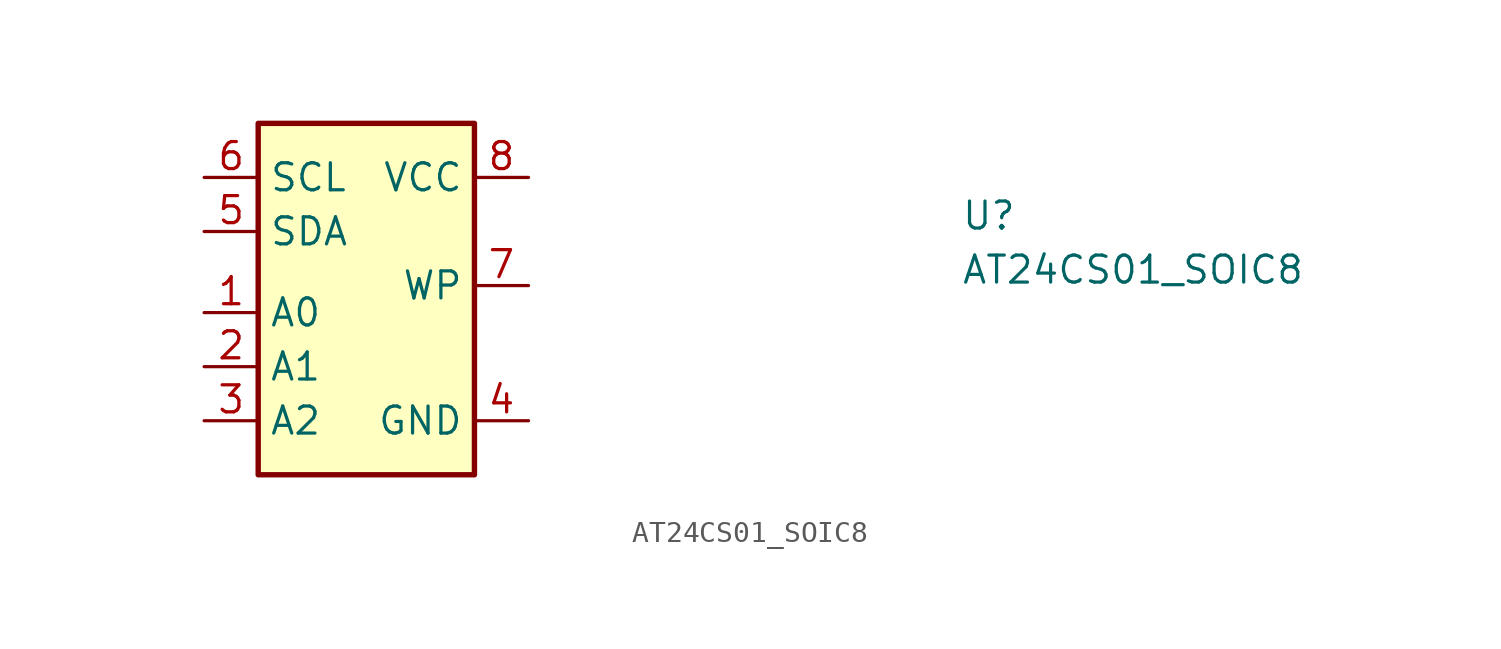
<source format=kicad_sym>
(kicad_symbol_lib
  (version 20211014)
  (generator kicad_symbol_editor)
  (symbol "AT24CS01_SOIC8"
    (property "Reference" "U"
      (at 35.56 -2.54 0)
      (effects (font (size 1.27 1.27) (thickness 0.15)) (justify left bottom)))
    (property "Value" "AT24CS01_SOIC8"
      (at 35.56 -5.08 0)
      (effects (font (size 1.27 1.27) (thickness 0.15)) (justify left bottom)))
    (symbol "AT24CS01_SOIC8_1_1"
      (rectangle (start 2.54 2.54) (end 12.7 -13.97) (stroke (width 0.254) (type default) (color 0 0 0 0)) (fill (type background)))
      (pin input line (at 0 -6.35 0) (length 2.54) (name "A0" (effects (font (size 1.27 1.27)))) (number "1" (effects (font (size 1.27 1.27)))))
      (pin input line (at 0 -8.89 0) (length 2.54) (name "A1" (effects (font (size 1.27 1.27)))) (number "2" (effects (font (size 1.27 1.27)))))
      (pin input line (at 0 -11.43 0) (length 2.54) (name "A2" (effects (font (size 1.27 1.27)))) (number "3" (effects (font (size 1.27 1.27)))))
      (pin power_in line (at 15.24 -11.43 180) (length 2.54) (name "GND" (effects (font (size 1.27 1.27)))) (number "4" (effects (font (size 1.27 1.27)))))
      (pin bidirectional line (at 0 -2.54 0) (length 2.54) (name "SDA" (effects (font (size 1.27 1.27)))) (number "5" (effects (font (size 1.27 1.27)))))
      (pin input line (at 0 0 0) (length 2.54) (name "SCL" (effects (font (size 1.27 1.27)))) (number "6" (effects (font (size 1.27 1.27)))))
      (pin input line (at 15.24 -5.08 180) (length 2.54) (name "WP" (effects (font (size 1.27 1.27)))) (number "7" (effects (font (size 1.27 1.27)))))
      (pin power_in line (at 15.24 0 180) (length 2.54) (name "VCC" (effects (font (size 1.27 1.27)))) (number "8" (effects (font (size 1.27 1.27))))))))
</source>
